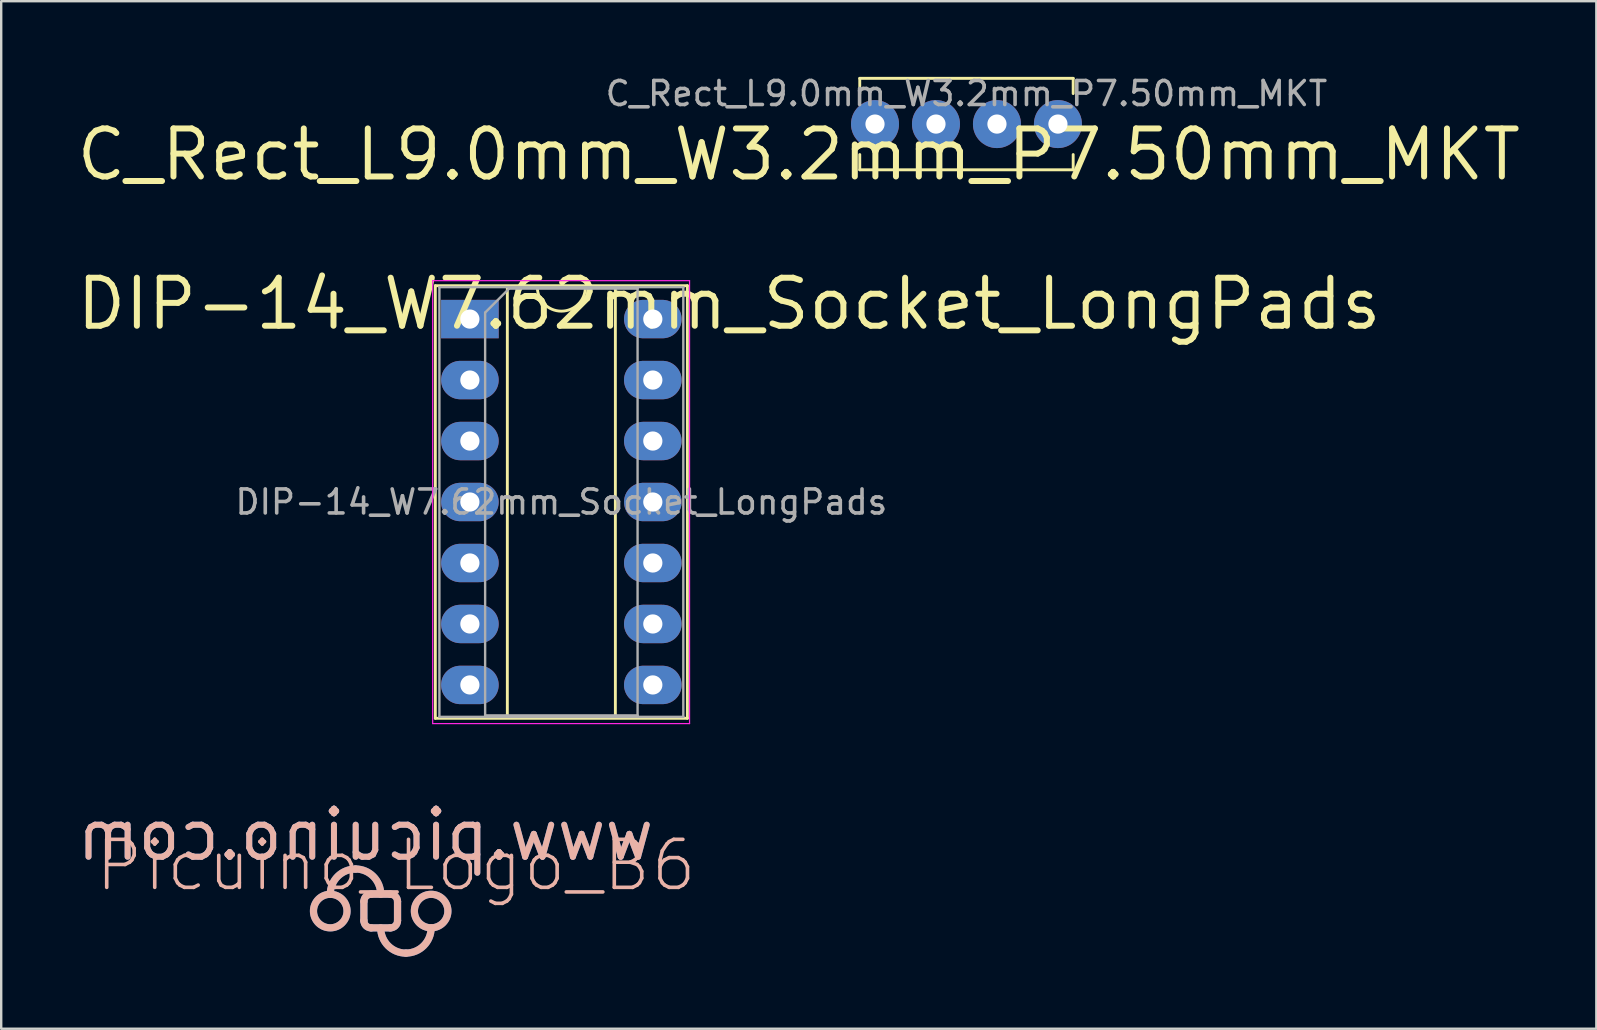
<source format=kicad_pcb>
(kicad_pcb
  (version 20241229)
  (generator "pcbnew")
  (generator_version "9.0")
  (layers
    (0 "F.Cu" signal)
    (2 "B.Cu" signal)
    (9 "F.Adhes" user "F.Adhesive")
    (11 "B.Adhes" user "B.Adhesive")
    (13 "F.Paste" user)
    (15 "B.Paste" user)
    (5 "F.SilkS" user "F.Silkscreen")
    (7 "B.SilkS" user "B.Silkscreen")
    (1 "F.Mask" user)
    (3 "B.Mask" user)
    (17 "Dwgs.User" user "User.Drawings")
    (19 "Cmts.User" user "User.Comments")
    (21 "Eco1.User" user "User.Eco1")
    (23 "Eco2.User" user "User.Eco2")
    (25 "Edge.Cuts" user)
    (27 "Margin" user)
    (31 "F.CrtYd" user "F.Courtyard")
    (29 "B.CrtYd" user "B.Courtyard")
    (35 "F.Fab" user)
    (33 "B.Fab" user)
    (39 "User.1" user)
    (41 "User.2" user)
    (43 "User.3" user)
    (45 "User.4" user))
  (footprint "DIP-14_W7.62mm_Socket_LongPads"
    (layer "F.Cu")
    (at 16.523 10.241)
    (property "Reference" "DIP-14_W7.62mm_Socket_LongPads" (at 10.795 -0.635 0) (layer "F.SilkS") (effects (font (size 2 2) (thickness 0.25))))
    (attr through_hole)
    (fp_line (start -1.44 -1.39) (end -1.44 16.63) (stroke (width 0.12) (type solid)) (layer "F.SilkS"))
    (fp_line (start -1.44 16.63) (end 9.06 16.63) (stroke (width 0.12) (type solid)) (layer "F.SilkS"))
    (fp_line (start 1.56 -1.33) (end 1.56 16.57) (stroke (width 0.12) (type solid)) (layer "F.SilkS"))
    (fp_line (start 1.56 16.57) (end 6.06 16.57) (stroke (width 0.12) (type solid)) (layer "F.SilkS"))
    (fp_line (start 2.81 -1.33) (end 1.56 -1.33) (stroke (width 0.12) (type solid)) (layer "F.SilkS"))
    (fp_line (start 6.06 -1.33) (end 4.81 -1.33) (stroke (width 0.12) (type solid)) (layer "F.SilkS"))
    (fp_line (start 6.06 16.57) (end 6.06 -1.33) (stroke (width 0.12) (type solid)) (layer "F.SilkS"))
    (fp_line (start 9.06 -1.39) (end -1.44 -1.39) (stroke (width 0.12) (type solid)) (layer "F.SilkS"))
    (fp_line (start 9.06 16.63) (end 9.06 -1.39) (stroke (width 0.12) (type solid)) (layer "F.SilkS"))
    (fp_arc (start 4.81 -1.33) (mid 3.81 -0.33) (end 2.81 -1.33) (stroke (width 0.12) (type solid)) (layer "F.SilkS"))
    (fp_line (start -1.55 -1.6) (end -1.55 16.85) (stroke (width 0.05) (type solid)) (layer "F.CrtYd"))
    (fp_line (start -1.55 16.85) (end 9.15 16.85) (stroke (width 0.05) (type solid)) (layer "F.CrtYd"))
    (fp_line (start 9.15 -1.6) (end -1.55 -1.6) (stroke (width 0.05) (type solid)) (layer "F.CrtYd"))
    (fp_line (start 9.15 16.85) (end 9.15 -1.6) (stroke (width 0.05) (type solid)) (layer "F.CrtYd"))
    (fp_line (start -1.27 -1.33) (end -1.27 16.57) (stroke (width 0.1) (type solid)) (layer "F.Fab"))
    (fp_line (start -1.27 16.57) (end 8.89 16.57) (stroke (width 0.1) (type solid)) (layer "F.Fab"))
    (fp_line (start 0.635 -0.27) (end 1.635 -1.27) (stroke (width 0.1) (type solid)) (layer "F.Fab"))
    (fp_line (start 0.635 16.51) (end 0.635 -0.27) (stroke (width 0.1) (type solid)) (layer "F.Fab"))
    (fp_line (start 1.635 -1.27) (end 6.985 -1.27) (stroke (width 0.1) (type solid)) (layer "F.Fab"))
    (fp_line (start 6.985 -1.27) (end 6.985 16.51) (stroke (width 0.1) (type solid)) (layer "F.Fab"))
    (fp_line (start 6.985 16.51) (end 0.635 16.51) (stroke (width 0.1) (type solid)) (layer "F.Fab"))
    (fp_line (start 8.89 -1.33) (end -1.27 -1.33) (stroke (width 0.1) (type solid)) (layer "F.Fab"))
    (fp_line (start 8.89 16.57) (end 8.89 -1.33) (stroke (width 0.1) (type solid)) (layer "F.Fab"))
    (fp_text user "${REFERENCE}" (at 3.81 7.62 0) (layer "F.Fab") (effects (font (size 1 1) (thickness 0.15))))
    (pad "1" thru_hole rect (at 0 0) (size 2.4 1.6) (drill 0.8) (layers "*.Cu" "*.Mask"))
    (pad "2" thru_hole oval (at 0 2.54) (size 2.4 1.6) (drill 0.8) (layers "*.Cu" "*.Mask"))
    (pad "3" thru_hole oval (at 0 5.08) (size 2.4 1.6) (drill 0.8) (layers "*.Cu" "*.Mask"))
    (pad "4" thru_hole oval (at 0 7.62) (size 2.4 1.6) (drill 0.8) (layers "*.Cu" "*.Mask"))
    (pad "5" thru_hole oval (at 0 10.16) (size 2.4 1.6) (drill 0.8) (layers "*.Cu" "*.Mask"))
    (pad "6" thru_hole oval (at 0 12.7) (size 2.4 1.6) (drill 0.8) (layers "*.Cu" "*.Mask"))
    (pad "7" thru_hole oval (at 0 15.24) (size 2.4 1.6) (drill 0.8) (layers "*.Cu" "*.Mask"))
    (pad "8" thru_hole oval (at 7.62 15.24) (size 2.4 1.6) (drill 0.8) (layers "*.Cu" "*.Mask"))
    (pad "9" thru_hole oval (at 7.62 12.7) (size 2.4 1.6) (drill 0.8) (layers "*.Cu" "*.Mask"))
    (pad "10" thru_hole oval (at 7.62 10.16) (size 2.4 1.6) (drill 0.8) (layers "*.Cu" "*.Mask"))
    (pad "11" thru_hole oval (at 7.62 7.62) (size 2.4 1.6) (drill 0.8) (layers "*.Cu" "*.Mask"))
    (pad "12" thru_hole oval (at 7.62 5.08) (size 2.4 1.6) (drill 0.8) (layers "*.Cu" "*.Mask"))
    (pad "13" thru_hole oval (at 7.62 2.54) (size 2.4 1.6) (drill 0.8) (layers "*.Cu" "*.Mask"))
    (pad "14" thru_hole oval (at 7.62 0) (size 2.4 1.6) (drill 0.8) (layers "*.Cu" "*.Mask")))
  (footprint "Picuino_Logo_B6"
    (layer "F.Cu")
    (at 12.808 34.9)
    (property "Reference" "Picuino_Logo_B6" (at 0.635 -1.905 0) (layer "B.SilkS") (effects (font (size 2 2) (thickness 0.15))))
    (attr through_hole)
    (fp_line (start -0.701 -0.399) (end -0.701 0.399) (stroke (width 0.3) (type solid)) (layer "B.Cu"))
    (fp_line (start -0.399 0.701) (end 0.399 0.701) (stroke (width 0.3) (type solid)) (layer "B.Cu"))
    (fp_line (start 0.399 -0.701) (end -0.399 -0.701) (stroke (width 0.3) (type solid)) (layer "B.Cu"))
    (fp_line (start 0.701 0.399) (end 0.701 -0.399) (stroke (width 0.3) (type solid)) (layer "B.Cu"))
    (fp_arc (start -2.10058 -0.70104) (mid -1.793329 -1.442809) (end -1.05156 -1.75006) (stroke (width 0.3) (type solid)) (layer "B.Cu"))
    (fp_arc (start -1.05156 -1.7526) (mid -0.307995 -1.444605) (end 0 -0.70104) (stroke (width 0.3) (type solid)) (layer "B.Cu"))
    (fp_arc (start -0.70104 -0.39878) (mid -0.61251 -0.61251) (end -0.39878 -0.70104) (stroke (width 0.3) (type solid)) (layer "B.Cu"))
    (fp_arc (start -0.39878 0.70104) (mid -0.61251 0.61251) (end -0.70104 0.39878) (stroke (width 0.3) (type solid)) (layer "B.Cu"))
    (fp_arc (start 0.39878 -0.70104) (mid 0.61251 -0.61251) (end 0.70104 -0.39878) (stroke (width 0.3) (type solid)) (layer "B.Cu"))
    (fp_arc (start 0.70104 0.39878) (mid 0.61251 0.61251) (end 0.39878 0.70104) (stroke (width 0.3) (type solid)) (layer "B.Cu"))
    (fp_arc (start 1.05156 1.7526) (mid 0.307995 1.444605) (end 0 0.70104) (stroke (width 0.3) (type solid)) (layer "B.Cu"))
    (fp_arc (start 2.10058 0.70104) (mid 1.793329 1.442809) (end 1.05156 1.75006) (stroke (width 0.3) (type solid)) (layer "B.Cu"))
    (fp_circle (center -2.101 0) (end -1.402 0) (stroke (width 0.3) (type solid)) (fill no) (layer "B.Cu"))
    (fp_circle (center 2.101 0) (end 2.799 0) (stroke (width 0.3) (type solid)) (fill no) (layer "B.Cu"))
    (fp_line (start -0.701 -0.399) (end -0.701 0.399) (stroke (width 0.3) (type solid)) (layer "B.SilkS"))
    (fp_line (start -0.399 0.701) (end 0.399 0.701) (stroke (width 0.3) (type solid)) (layer "B.SilkS"))
    (fp_line (start 0.399 -0.701) (end -0.399 -0.701) (stroke (width 0.3) (type solid)) (layer "B.SilkS"))
    (fp_line (start 0.701 0.399) (end 0.701 -0.399) (stroke (width 0.3) (type solid)) (layer "B.SilkS"))
    (fp_arc (start -2.10058 -0.70104) (mid -1.793329 -1.442809) (end -1.05156 -1.75006) (stroke (width 0.3) (type solid)) (layer "B.SilkS"))
    (fp_arc (start -1.05156 -1.7526) (mid -0.307995 -1.444605) (end 0 -0.70104) (stroke (width 0.3) (type solid)) (layer "B.SilkS"))
    (fp_arc (start -0.70104 -0.39878) (mid -0.61251 -0.61251) (end -0.39878 -0.70104) (stroke (width 0.3) (type solid)) (layer "B.SilkS"))
    (fp_arc (start -0.39878 0.70104) (mid -0.61251 0.61251) (end -0.70104 0.39878) (stroke (width 0.3) (type solid)) (layer "B.SilkS"))
    (fp_arc (start 0.39878 -0.70104) (mid 0.61251 -0.61251) (end 0.70104 -0.39878) (stroke (width 0.3) (type solid)) (layer "B.SilkS"))
    (fp_arc (start 0.70104 0.39878) (mid 0.61251 0.61251) (end 0.39878 0.70104) (stroke (width 0.3) (type solid)) (layer "B.SilkS"))
    (fp_arc (start 1.05156 1.7526) (mid 0.307995 1.444605) (end 0 0.70104) (stroke (width 0.3) (type solid)) (layer "B.SilkS"))
    (fp_arc (start 2.10058 0.70104) (mid 1.793329 1.442809) (end 1.05156 1.75006) (stroke (width 0.3) (type solid)) (layer "B.SilkS"))
    (fp_circle (center -2.101 0) (end -1.402 0) (stroke (width 0.3) (type solid)) (fill no) (layer "B.SilkS"))
    (fp_circle (center 2.101 0) (end 2.799 0) (stroke (width 0.3) (type solid)) (fill no) (layer "B.SilkS"))
    (fp_text user "www.picuino.com" (at -0.635 -3.175 0) (layer "B.Cu") (effects (font (size 2 1.9) (thickness 0.25)) (justify mirror)))
    (fp_text user "www.picuino.com" (at -0.635 -3.175 0) (layer "B.SilkS") (effects (font (size 2 1.9) (thickness 0.25)) (justify mirror))))
  (footprint "C_Rect_L9.0mm_W3.2mm_P7.50mm_MKT"
    (layer "F.Cu")
    (at 33.398 2.118)
    (property "Reference" "C_Rect_L9.0mm_W3.2mm_P7.50mm_MKT" (at -3.175 1.27 180) (layer "F.SilkS") (effects (font (size 2 2) (thickness 0.25))))
    (attr through_hole)
    (fp_line (start -0.635 -1.905) (end 8.255 -1.905) (stroke (width 0.12) (type solid)) (layer "F.SilkS"))
    (fp_line (start -0.635 -1.27) (end -0.635 -1.905) (stroke (width 0.12) (type solid)) (layer "F.SilkS"))
    (fp_line (start -0.635 1.905) (end -0.635 1.27) (stroke (width 0.12) (type solid)) (layer "F.SilkS"))
    (fp_line (start 8.255 -1.905) (end 8.255 -1.27) (stroke (width 0.12) (type solid)) (layer "F.SilkS"))
    (fp_line (start 8.255 1.27) (end 8.255 1.905) (stroke (width 0.12) (type solid)) (layer "F.SilkS"))
    (fp_line (start 8.255 1.905) (end -0.635 1.905) (stroke (width 0.12) (type solid)) (layer "F.SilkS"))
    (fp_text user "${REFERENCE}" (at 3.81 -1.27 180) (layer "F.Fab") (effects (font (size 1 1) (thickness 0.15))))
    (pad "1" thru_hole circle (at 0 0) (size 2 2) (drill 0.8) (layers "*.Cu" "*.Mask"))
    (pad "1" thru_hole circle (at 2.54 0) (size 2 2) (drill 0.8) (layers "*.Cu" "*.Mask"))
    (pad "2" thru_hole circle (at 5.08 0) (size 2 2) (drill 0.8) (layers "*.Cu" "*.Mask"))
    (pad "2" thru_hole circle (at 7.62 0) (size 2 2) (drill 0.8) (layers "*.Cu" "*.Mask")))
  (gr_rect
    (start -3 -3)
    (end 63.445 39.802)
    (stroke (width 0.1) (type default))
    (fill no)
    (layer "Edge.Cuts")))
</source>
